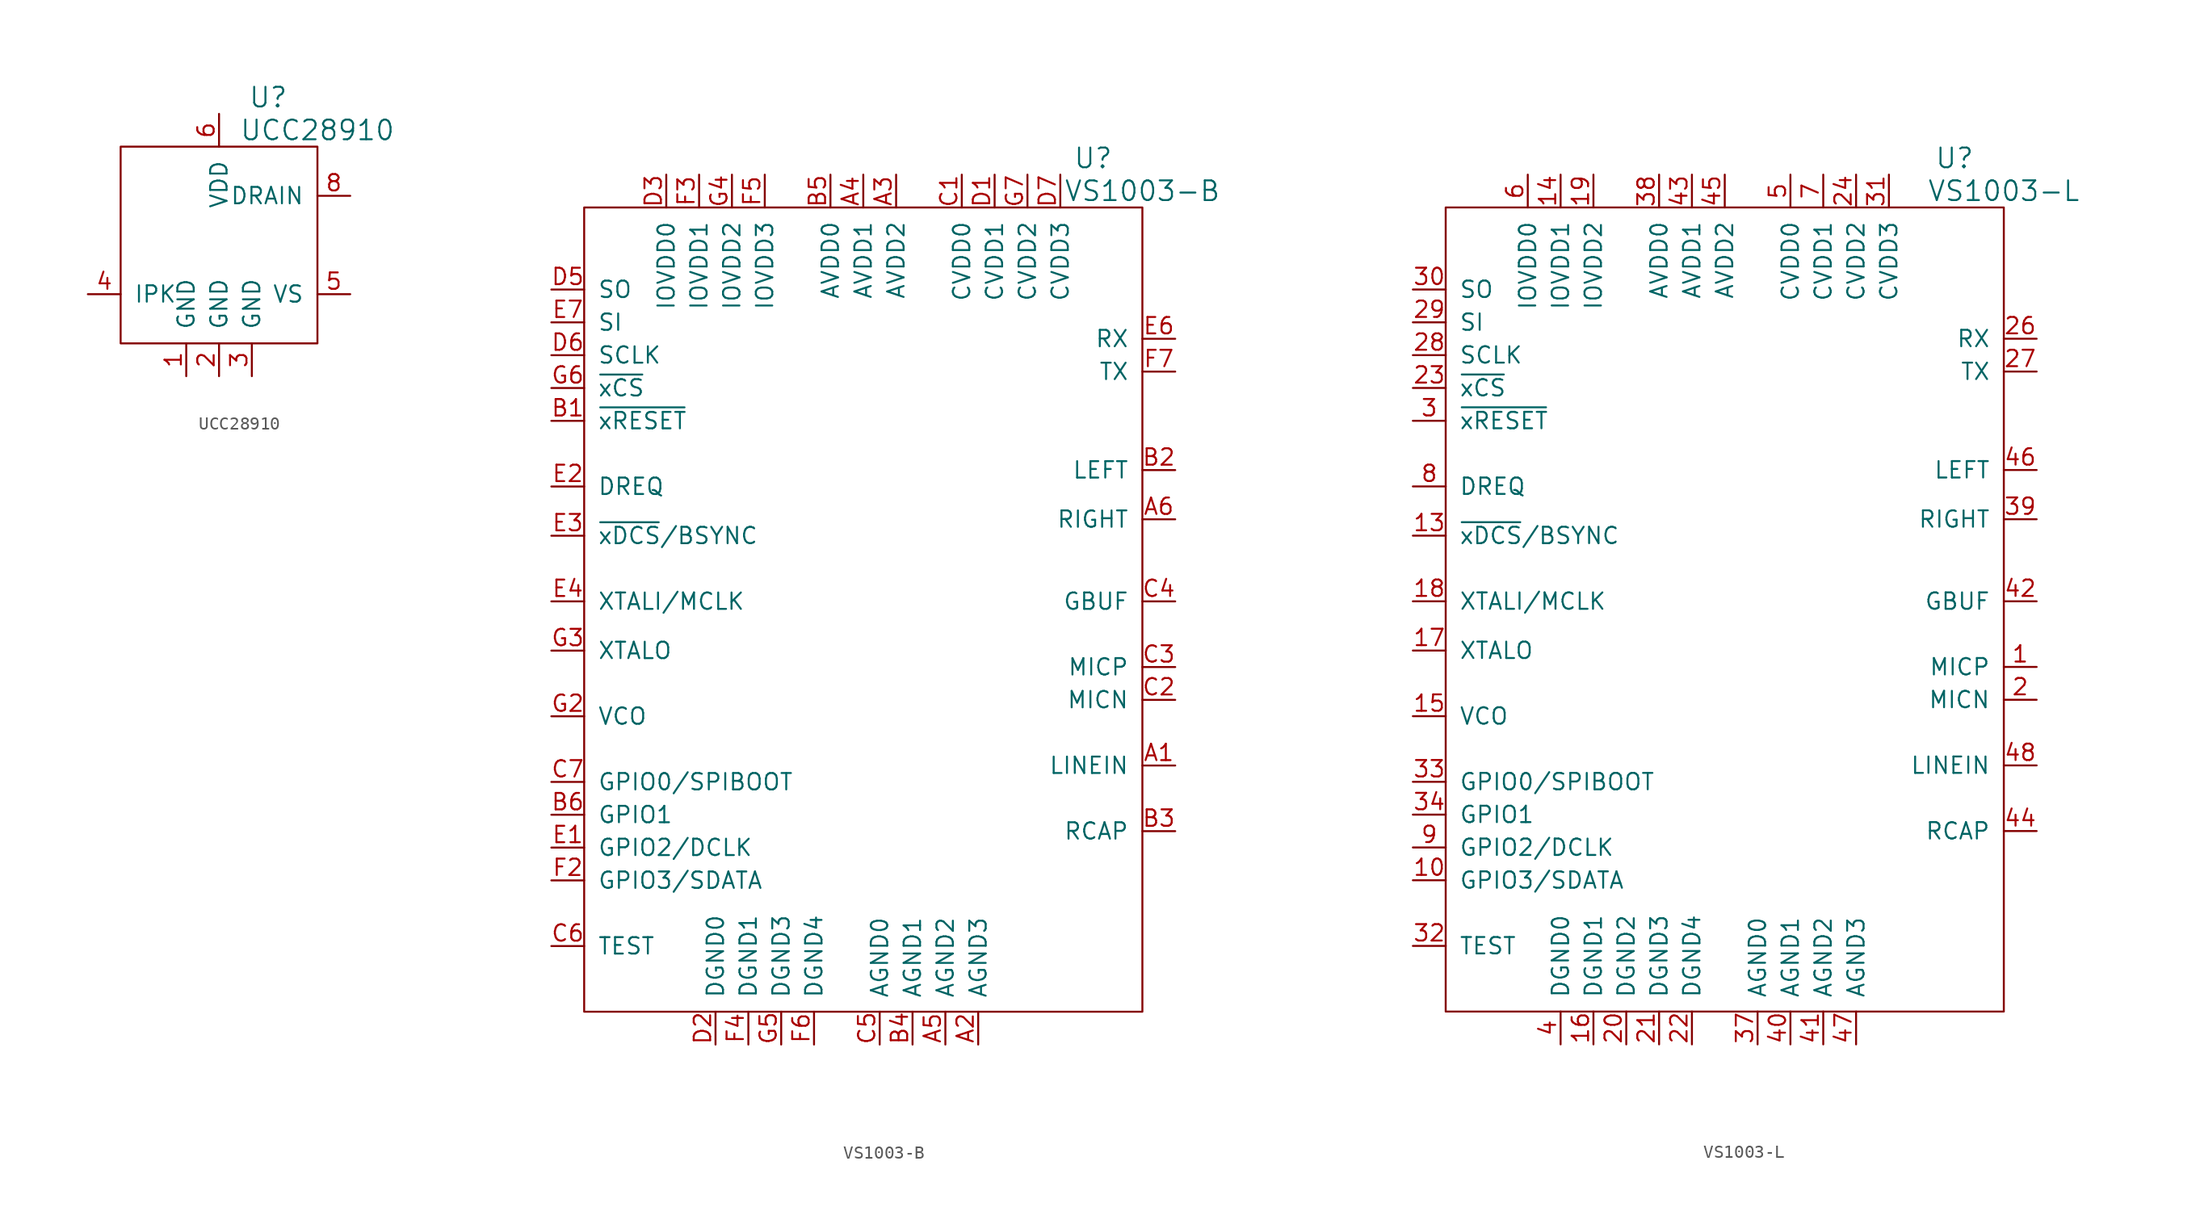
<source format=kicad_sym>
(kicad_symbol_lib
  (version 20220914)
  (generator kicad_symbol_editor)
  (symbol "UCC28910"
    (pin_names
      (offset 1.016))
    (property "Reference" "U"
      (at 3.81 11.43 0)
      (effects (font (size 1.524 1.524))))
    (property "Value" "UCC28910"
      (at 7.62 8.89 0)
      (effects (font (size 1.524 1.524))))
    (property "Footprint" ""
      (at 0 0 0)
      (effects (font (size 1.524 1.524))))
    (symbol "UCC28910_0_1"
      (rectangle (start -7.62 7.62) (end 7.62 -7.62) (stroke (width 0) (type solid)) (fill (type none))))
    (symbol "UCC28910_1_1"
      (pin passive line (at -2.54 -10.16 90) (length 2.54) (name "GND" (effects (font (size 1.27 1.27)))) (number "1" (effects (font (size 1.27 1.27)))))
      (pin passive line (at 0 -10.16 90) (length 2.54) (name "GND" (effects (font (size 1.27 1.27)))) (number "2" (effects (font (size 1.27 1.27)))))
      (pin passive line (at 2.54 -10.16 90) (length 2.54) (name "GND" (effects (font (size 1.27 1.27)))) (number "3" (effects (font (size 1.27 1.27)))))
      (pin passive line (at -10.16 -3.81 0) (length 2.54) (name "IPK" (effects (font (size 1.27 1.27)))) (number "4" (effects (font (size 1.27 1.27)))))
      (pin passive line (at 10.16 -3.81 180) (length 2.54) (name "VS" (effects (font (size 1.27 1.27)))) (number "5" (effects (font (size 1.27 1.27)))))
      (pin passive line (at 0 10.16 270) (length 2.54) (name "VDD" (effects (font (size 1.27 1.27)))) (number "6" (effects (font (size 1.27 1.27)))))
      (pin passive line (at 10.16 3.81 180) (length 2.54) (name "DRAIN" (effects (font (size 1.27 1.27)))) (number "8" (effects (font (size 1.27 1.27)))))))
  (symbol "VS1003-B"
    (pin_names
      (offset 1.016))
    (property "Reference" "U"
      (at 19.05 33.02 0)
      (effects (font (size 1.524 1.524))))
    (property "Value" "VS1003-B"
      (at 22.86 30.48 0)
      (effects (font (size 1.524 1.524))))
    (property "Footprint" ""
      (at 1.27 0 0)
      (effects (font (size 1.524 1.524))))
    (property "Datasheet" ""
      (at 0 0 0)
      (effects (font (size 1.524 1.524))))
    (symbol "VS1003-B_0_1"
      (rectangle (start -20.32 29.21) (end 22.86 -33.02) (stroke (width 0) (type solid)) (fill (type none))))
    (symbol "VS1003-B_1_1"
      (pin input line (at 25.4 -13.97 180) (length 2.54) (name "LINEIN" (effects (font (size 1.27 1.27)))) (number "A1" (effects (font (size 1.27 1.27)))))
      (pin input line (at 10.16 -35.56 90) (length 2.54) (name "AGND3" (effects (font (size 1.27 1.27)))) (number "A2" (effects (font (size 1.27 1.27)))))
      (pin input line (at 3.81 31.75 270) (length 2.54) (name "AVDD2" (effects (font (size 1.27 1.27)))) (number "A3" (effects (font (size 1.27 1.27)))))
      (pin input line (at 1.27 31.75 270) (length 2.54) (name "AVDD1" (effects (font (size 1.27 1.27)))) (number "A4" (effects (font (size 1.27 1.27)))))
      (pin input line (at 7.62 -35.56 90) (length 2.54) (name "AGND2" (effects (font (size 1.27 1.27)))) (number "A5" (effects (font (size 1.27 1.27)))))
      (pin input line (at 25.4 5.08 180) (length 2.54) (name "RIGHT" (effects (font (size 1.27 1.27)))) (number "A6" (effects (font (size 1.27 1.27)))))
      (pin input line (at -22.86 12.7 0) (length 2.54) (name "~{xRESET}" (effects (font (size 1.27 1.27)))) (number "B1" (effects (font (size 1.27 1.27)))))
      (pin input line (at 25.4 8.89 180) (length 2.54) (name "LEFT" (effects (font (size 1.27 1.27)))) (number "B2" (effects (font (size 1.27 1.27)))))
      (pin input line (at 25.4 -19.05 180) (length 2.54) (name "RCAP" (effects (font (size 1.27 1.27)))) (number "B3" (effects (font (size 1.27 1.27)))))
      (pin input line (at 5.08 -35.56 90) (length 2.54) (name "AGND1" (effects (font (size 1.27 1.27)))) (number "B4" (effects (font (size 1.27 1.27)))))
      (pin input line (at -1.27 31.75 270) (length 2.54) (name "AVDD0" (effects (font (size 1.27 1.27)))) (number "B5" (effects (font (size 1.27 1.27)))))
      (pin input line (at -22.86 -17.78 0) (length 2.54) (name "GPIO1" (effects (font (size 1.27 1.27)))) (number "B6" (effects (font (size 1.27 1.27)))))
      (pin input line (at 8.89 31.75 270) (length 2.54) (name "CVDD0" (effects (font (size 1.27 1.27)))) (number "C1" (effects (font (size 1.27 1.27)))))
      (pin input line (at 25.4 -8.89 180) (length 2.54) (name "MICN" (effects (font (size 1.27 1.27)))) (number "C2" (effects (font (size 1.27 1.27)))))
      (pin input line (at 25.4 -6.35 180) (length 2.54) (name "MICP" (effects (font (size 1.27 1.27)))) (number "C3" (effects (font (size 1.27 1.27)))))
      (pin input line (at 25.4 -1.27 180) (length 2.54) (name "GBUF" (effects (font (size 1.27 1.27)))) (number "C4" (effects (font (size 1.27 1.27)))))
      (pin input line (at 2.54 -35.56 90) (length 2.54) (name "AGND0" (effects (font (size 1.27 1.27)))) (number "C5" (effects (font (size 1.27 1.27)))))
      (pin input line (at -22.86 -27.94 0) (length 2.54) (name "TEST" (effects (font (size 1.27 1.27)))) (number "C6" (effects (font (size 1.27 1.27)))))
      (pin input line (at -22.86 -15.24 0) (length 2.54) (name "GPIO0/SPIBOOT" (effects (font (size 1.27 1.27)))) (number "C7" (effects (font (size 1.27 1.27)))))
      (pin input line (at 11.43 31.75 270) (length 2.54) (name "CVDD1" (effects (font (size 1.27 1.27)))) (number "D1" (effects (font (size 1.27 1.27)))))
      (pin input line (at -10.16 -35.56 90) (length 2.54) (name "DGND0" (effects (font (size 1.27 1.27)))) (number "D2" (effects (font (size 1.27 1.27)))))
      (pin input line (at -13.97 31.75 270) (length 2.54) (name "IOVDD0" (effects (font (size 1.27 1.27)))) (number "D3" (effects (font (size 1.27 1.27)))))
      (pin input line (at -22.86 22.86 0) (length 2.54) (name "SO" (effects (font (size 1.27 1.27)))) (number "D5" (effects (font (size 1.27 1.27)))))
      (pin input line (at -22.86 17.78 0) (length 2.54) (name "SCLK" (effects (font (size 1.27 1.27)))) (number "D6" (effects (font (size 1.27 1.27)))))
      (pin input line (at 16.51 31.75 270) (length 2.54) (name "CVDD3" (effects (font (size 1.27 1.27)))) (number "D7" (effects (font (size 1.27 1.27)))))
      (pin input line (at -22.86 -20.32 0) (length 2.54) (name "GPIO2/DCLK" (effects (font (size 1.27 1.27)))) (number "E1" (effects (font (size 1.27 1.27)))))
      (pin input line (at -22.86 7.62 0) (length 2.54) (name "DREQ" (effects (font (size 1.27 1.27)))) (number "E2" (effects (font (size 1.27 1.27)))))
      (pin input line (at -22.86 3.81 0) (length 2.54) (name "~{xDCS}/BSYNC" (effects (font (size 1.27 1.27)))) (number "E3" (effects (font (size 1.27 1.27)))))
      (pin input line (at -22.86 -1.27 0) (length 2.54) (name "XTALI/MCLK" (effects (font (size 1.27 1.27)))) (number "E4" (effects (font (size 1.27 1.27)))))
      (pin input line (at 25.4 19.05 180) (length 2.54) (name "RX" (effects (font (size 1.27 1.27)))) (number "E6" (effects (font (size 1.27 1.27)))))
      (pin input line (at -22.86 20.32 0) (length 2.54) (name "SI" (effects (font (size 1.27 1.27)))) (number "E7" (effects (font (size 1.27 1.27)))))
      (pin input line (at -22.86 -22.86 0) (length 2.54) (name "GPIO3/SDATA" (effects (font (size 1.27 1.27)))) (number "F2" (effects (font (size 1.27 1.27)))))
      (pin input line (at -11.43 31.75 270) (length 2.54) (name "IOVDD1" (effects (font (size 1.27 1.27)))) (number "F3" (effects (font (size 1.27 1.27)))))
      (pin input line (at -7.62 -35.56 90) (length 2.54) (name "DGND1" (effects (font (size 1.27 1.27)))) (number "F4" (effects (font (size 1.27 1.27)))))
      (pin input line (at -6.35 31.75 270) (length 2.54) (name "IOVDD3" (effects (font (size 1.27 1.27)))) (number "F5" (effects (font (size 1.27 1.27)))))
      (pin input line (at -2.54 -35.56 90) (length 2.54) (name "DGND4" (effects (font (size 1.27 1.27)))) (number "F6" (effects (font (size 1.27 1.27)))))
      (pin input line (at 25.4 16.51 180) (length 2.54) (name "TX" (effects (font (size 1.27 1.27)))) (number "F7" (effects (font (size 1.27 1.27)))))
      (pin input line (at -22.86 -10.16 0) (length 2.54) (name "VCO" (effects (font (size 1.27 1.27)))) (number "G2" (effects (font (size 1.27 1.27)))))
      (pin input line (at -22.86 -5.08 0) (length 2.54) (name "XTALO" (effects (font (size 1.27 1.27)))) (number "G3" (effects (font (size 1.27 1.27)))))
      (pin input line (at -8.89 31.75 270) (length 2.54) (name "IOVDD2" (effects (font (size 1.27 1.27)))) (number "G4" (effects (font (size 1.27 1.27)))))
      (pin input line (at -5.08 -35.56 90) (length 2.54) (name "DGND3" (effects (font (size 1.27 1.27)))) (number "G5" (effects (font (size 1.27 1.27)))))
      (pin input line (at -22.86 15.24 0) (length 2.54) (name "~{xCS}" (effects (font (size 1.27 1.27)))) (number "G6" (effects (font (size 1.27 1.27)))))
      (pin input line (at 13.97 31.75 270) (length 2.54) (name "CVDD2" (effects (font (size 1.27 1.27)))) (number "G7" (effects (font (size 1.27 1.27)))))))
  (symbol "VS1003-L"
    (pin_names
      (offset 1.016))
    (property "Reference" "U"
      (at 19.05 33.02 0)
      (effects (font (size 1.524 1.524))))
    (property "Value" "VS1003-L"
      (at 22.86 30.48 0)
      (effects (font (size 1.524 1.524))))
    (property "Footprint" ""
      (at 1.27 0 0)
      (effects (font (size 1.524 1.524))))
    (property "Datasheet" ""
      (at 0 0 0)
      (effects (font (size 1.524 1.524))))
    (symbol "VS1003-L_0_1"
      (rectangle (start -20.32 29.21) (end 22.86 -33.02) (stroke (width 0) (type solid)) (fill (type none))))
    (symbol "VS1003-L_1_1"
      (pin input line (at 25.4 -6.35 180) (length 2.54) (name "MICP" (effects (font (size 1.27 1.27)))) (number "1" (effects (font (size 1.27 1.27)))))
      (pin input line (at -22.86 -22.86 0) (length 2.54) (name "GPIO3/SDATA" (effects (font (size 1.27 1.27)))) (number "10" (effects (font (size 1.27 1.27)))))
      (pin input line (at -22.86 3.81 0) (length 2.54) (name "~{xDCS}/BSYNC" (effects (font (size 1.27 1.27)))) (number "13" (effects (font (size 1.27 1.27)))))
      (pin input line (at -11.43 31.75 270) (length 2.54) (name "IOVDD1" (effects (font (size 1.27 1.27)))) (number "14" (effects (font (size 1.27 1.27)))))
      (pin input line (at -22.86 -10.16 0) (length 2.54) (name "VCO" (effects (font (size 1.27 1.27)))) (number "15" (effects (font (size 1.27 1.27)))))
      (pin input line (at -8.89 -35.56 90) (length 2.54) (name "DGND1" (effects (font (size 1.27 1.27)))) (number "16" (effects (font (size 1.27 1.27)))))
      (pin input line (at -22.86 -5.08 0) (length 2.54) (name "XTALO" (effects (font (size 1.27 1.27)))) (number "17" (effects (font (size 1.27 1.27)))))
      (pin input line (at -22.86 -1.27 0) (length 2.54) (name "XTALI/MCLK" (effects (font (size 1.27 1.27)))) (number "18" (effects (font (size 1.27 1.27)))))
      (pin input line (at -8.89 31.75 270) (length 2.54) (name "IOVDD2" (effects (font (size 1.27 1.27)))) (number "19" (effects (font (size 1.27 1.27)))))
      (pin input line (at 25.4 -8.89 180) (length 2.54) (name "MICN" (effects (font (size 1.27 1.27)))) (number "2" (effects (font (size 1.27 1.27)))))
      (pin input line (at -6.35 -35.56 90) (length 2.54) (name "DGND2" (effects (font (size 1.27 1.27)))) (number "20" (effects (font (size 1.27 1.27)))))
      (pin input line (at -3.81 -35.56 90) (length 2.54) (name "DGND3" (effects (font (size 1.27 1.27)))) (number "21" (effects (font (size 1.27 1.27)))))
      (pin input line (at -1.27 -35.56 90) (length 2.54) (name "DGND4" (effects (font (size 1.27 1.27)))) (number "22" (effects (font (size 1.27 1.27)))))
      (pin input line (at -22.86 15.24 0) (length 2.54) (name "~{xCS}" (effects (font (size 1.27 1.27)))) (number "23" (effects (font (size 1.27 1.27)))))
      (pin input line (at 11.43 31.75 270) (length 2.54) (name "CVDD2" (effects (font (size 1.27 1.27)))) (number "24" (effects (font (size 1.27 1.27)))))
      (pin input line (at 25.4 19.05 180) (length 2.54) (name "RX" (effects (font (size 1.27 1.27)))) (number "26" (effects (font (size 1.27 1.27)))))
      (pin input line (at 25.4 16.51 180) (length 2.54) (name "TX" (effects (font (size 1.27 1.27)))) (number "27" (effects (font (size 1.27 1.27)))))
      (pin input line (at -22.86 17.78 0) (length 2.54) (name "SCLK" (effects (font (size 1.27 1.27)))) (number "28" (effects (font (size 1.27 1.27)))))
      (pin input line (at -22.86 20.32 0) (length 2.54) (name "SI" (effects (font (size 1.27 1.27)))) (number "29" (effects (font (size 1.27 1.27)))))
      (pin input line (at -22.86 12.7 0) (length 2.54) (name "~{xRESET}" (effects (font (size 1.27 1.27)))) (number "3" (effects (font (size 1.27 1.27)))))
      (pin input line (at -22.86 22.86 0) (length 2.54) (name "SO" (effects (font (size 1.27 1.27)))) (number "30" (effects (font (size 1.27 1.27)))))
      (pin input line (at 13.97 31.75 270) (length 2.54) (name "CVDD3" (effects (font (size 1.27 1.27)))) (number "31" (effects (font (size 1.27 1.27)))))
      (pin input line (at -22.86 -27.94 0) (length 2.54) (name "TEST" (effects (font (size 1.27 1.27)))) (number "32" (effects (font (size 1.27 1.27)))))
      (pin input line (at -22.86 -15.24 0) (length 2.54) (name "GPIO0/SPIBOOT" (effects (font (size 1.27 1.27)))) (number "33" (effects (font (size 1.27 1.27)))))
      (pin input line (at -22.86 -17.78 0) (length 2.54) (name "GPIO1" (effects (font (size 1.27 1.27)))) (number "34" (effects (font (size 1.27 1.27)))))
      (pin input line (at 3.81 -35.56 90) (length 2.54) (name "AGND0" (effects (font (size 1.27 1.27)))) (number "37" (effects (font (size 1.27 1.27)))))
      (pin input line (at -3.81 31.75 270) (length 2.54) (name "AVDD0" (effects (font (size 1.27 1.27)))) (number "38" (effects (font (size 1.27 1.27)))))
      (pin input line (at 25.4 5.08 180) (length 2.54) (name "RIGHT" (effects (font (size 1.27 1.27)))) (number "39" (effects (font (size 1.27 1.27)))))
      (pin input line (at -11.43 -35.56 90) (length 2.54) (name "DGND0" (effects (font (size 1.27 1.27)))) (number "4" (effects (font (size 1.27 1.27)))))
      (pin input line (at 6.35 -35.56 90) (length 2.54) (name "AGND1" (effects (font (size 1.27 1.27)))) (number "40" (effects (font (size 1.27 1.27)))))
      (pin input line (at 8.89 -35.56 90) (length 2.54) (name "AGND2" (effects (font (size 1.27 1.27)))) (number "41" (effects (font (size 1.27 1.27)))))
      (pin input line (at 25.4 -1.27 180) (length 2.54) (name "GBUF" (effects (font (size 1.27 1.27)))) (number "42" (effects (font (size 1.27 1.27)))))
      (pin input line (at -1.27 31.75 270) (length 2.54) (name "AVDD1" (effects (font (size 1.27 1.27)))) (number "43" (effects (font (size 1.27 1.27)))))
      (pin input line (at 25.4 -19.05 180) (length 2.54) (name "RCAP" (effects (font (size 1.27 1.27)))) (number "44" (effects (font (size 1.27 1.27)))))
      (pin input line (at 1.27 31.75 270) (length 2.54) (name "AVDD2" (effects (font (size 1.27 1.27)))) (number "45" (effects (font (size 1.27 1.27)))))
      (pin input line (at 25.4 8.89 180) (length 2.54) (name "LEFT" (effects (font (size 1.27 1.27)))) (number "46" (effects (font (size 1.27 1.27)))))
      (pin input line (at 11.43 -35.56 90) (length 2.54) (name "AGND3" (effects (font (size 1.27 1.27)))) (number "47" (effects (font (size 1.27 1.27)))))
      (pin input line (at 25.4 -13.97 180) (length 2.54) (name "LINEIN" (effects (font (size 1.27 1.27)))) (number "48" (effects (font (size 1.27 1.27)))))
      (pin input line (at 6.35 31.75 270) (length 2.54) (name "CVDD0" (effects (font (size 1.27 1.27)))) (number "5" (effects (font (size 1.27 1.27)))))
      (pin input line (at -13.97 31.75 270) (length 2.54) (name "IOVDD0" (effects (font (size 1.27 1.27)))) (number "6" (effects (font (size 1.27 1.27)))))
      (pin input line (at 8.89 31.75 270) (length 2.54) (name "CVDD1" (effects (font (size 1.27 1.27)))) (number "7" (effects (font (size 1.27 1.27)))))
      (pin input line (at -22.86 7.62 0) (length 2.54) (name "DREQ" (effects (font (size 1.27 1.27)))) (number "8" (effects (font (size 1.27 1.27)))))
      (pin input line (at -22.86 -20.32 0) (length 2.54) (name "GPIO2/DCLK" (effects (font (size 1.27 1.27)))) (number "9" (effects (font (size 1.27 1.27))))))))
</source>
